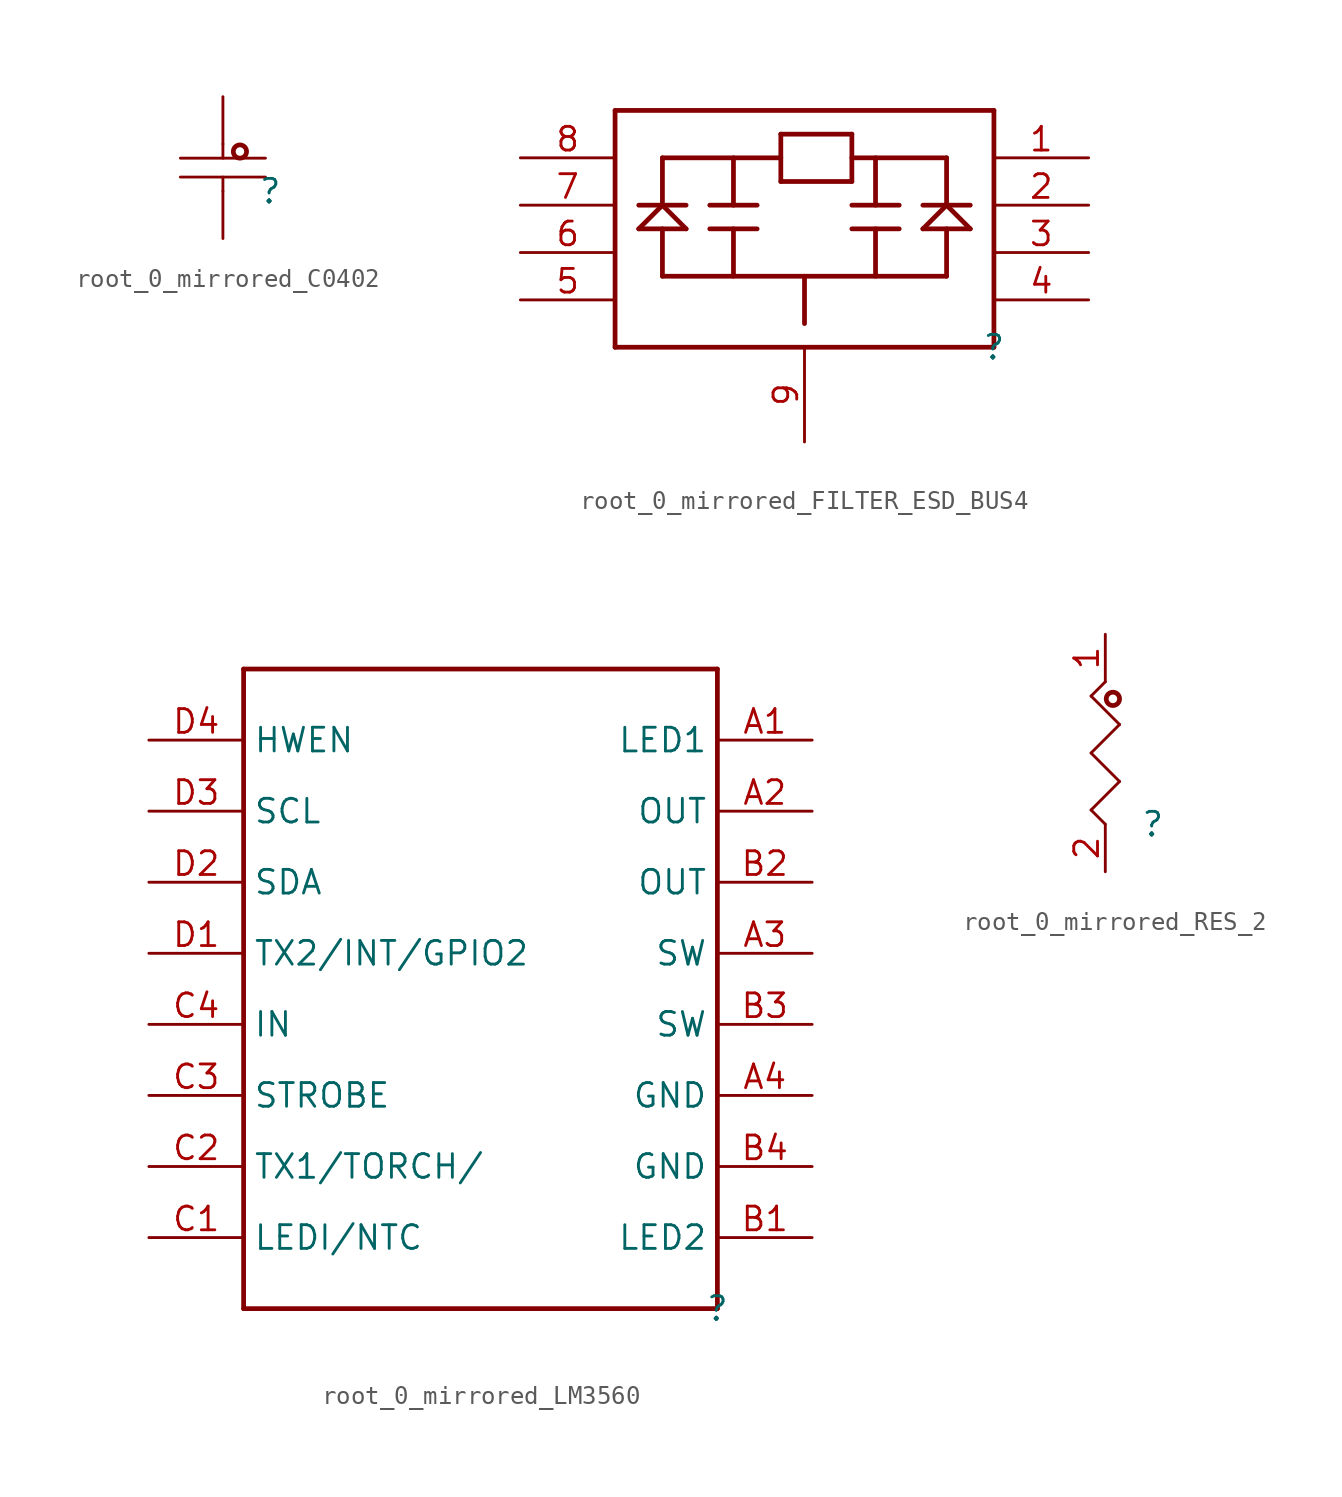
<source format=kicad_sym>
(kicad_symbol_lib
  (version 20220914)
  (generator kicad_symbol_editor)
  (symbol "root_0_mirrored_C0402"
    (property "Reference" ""
      (at 0 0 0)
      (effects (font (size 1.27 1.27))))
    (property "Value" ""
      (at 0 0 0)
      (effects (font (size 1.27 1.27))))
    (symbol "root_0_mirrored_C0402_1_0"
      (circle (center -1.626 2.134) (radius 0.356) (stroke (width 0.254) (type solid)) (fill (type none)))
      (polyline (pts (xy -2.54 0) (xy -2.54 0.762)) (stroke (width 0) (type solid)) (fill (type none)))
      (polyline (pts (xy -2.54 2.54) (xy -2.54 1.778)) (stroke (width 0) (type solid)) (fill (type none)))
      (polyline (pts (xy -0.254 0.762) (xy -4.826 0.762)) (stroke (width 0) (type solid)) (fill (type none)))
      (polyline (pts (xy -0.254 1.778) (xy -4.826 1.778)) (stroke (width 0) (type solid)) (fill (type none)))
      (pin passive line (at -2.54 5.08 270) (length 2.54) (name "1" (effects (font (size 0 0)))) (number "1" (effects (font (size 0 0)))))
      (pin passive line (at -2.54 -2.54 90) (length 2.54) (name "2" (effects (font (size 0 0)))) (number "2" (effects (font (size 0 0)))))))
  (symbol "root_0_mirrored_FILTER_ESD_BUS4"
    (property "Reference" ""
      (at 0 0 0)
      (effects (font (size 1.27 1.27))))
    (property "Value" ""
      (at 0 0 0)
      (effects (font (size 1.27 1.27))))
    (symbol "root_0_mirrored_FILTER_ESD_BUS4_1_0"
      (polyline (pts (xy -20.32 0) (xy -20.32 12.7)) (stroke (width 0.254) (type solid)) (fill (type none)))
      (polyline (pts (xy -20.32 12.7) (xy 0 12.7)) (stroke (width 0.254) (type solid)) (fill (type none)))
      (polyline (pts (xy -19.05 6.35) (xy -17.78 7.62)) (stroke (width 0.254) (type solid)) (fill (type none)))
      (polyline (pts (xy -17.78 3.81) (xy -17.78 6.35)) (stroke (width 0.254) (type solid)) (fill (type none)))
      (polyline (pts (xy -17.78 7.62) (xy -16.51 6.35)) (stroke (width 0.254) (type solid)) (fill (type none)))
      (polyline (pts (xy -17.78 10.16) (xy -17.78 7.62)) (stroke (width 0.254) (type solid)) (fill (type none)))
      (polyline (pts (xy -16.51 6.35) (xy -19.05 6.35)) (stroke (width 0.254) (type solid)) (fill (type none)))
      (polyline (pts (xy -16.51 7.62) (xy -19.05 7.62)) (stroke (width 0.254) (type solid)) (fill (type none)))
      (polyline (pts (xy -13.97 6.35) (xy -13.97 3.81)) (stroke (width 0.254) (type solid)) (fill (type none)))
      (polyline (pts (xy -13.97 7.62) (xy -13.97 10.16)) (stroke (width 0.254) (type solid)) (fill (type none)))
      (polyline (pts (xy -12.7 6.35) (xy -15.24 6.35)) (stroke (width 0.254) (type solid)) (fill (type none)))
      (polyline (pts (xy -12.7 7.62) (xy -15.24 7.62)) (stroke (width 0.254) (type solid)) (fill (type none)))
      (polyline (pts (xy -11.43 8.89) (xy -11.43 11.43)) (stroke (width 0.254) (type solid)) (fill (type none)))
      (polyline (pts (xy -11.43 10.16) (xy -17.78 10.16)) (stroke (width 0.254) (type solid)) (fill (type none)))
      (polyline (pts (xy -11.43 11.43) (xy -7.62 11.43)) (stroke (width 0.254) (type solid)) (fill (type none)))
      (polyline (pts (xy -10.16 3.81) (xy -10.16 1.27)) (stroke (width 0.254) (type solid)) (fill (type none)))
      (polyline (pts (xy -7.62 8.89) (xy -11.43 8.89)) (stroke (width 0.254) (type solid)) (fill (type none)))
      (polyline (pts (xy -7.62 11.43) (xy -7.62 8.89)) (stroke (width 0.254) (type solid)) (fill (type none)))
      (polyline (pts (xy -6.35 6.35) (xy -6.35 3.81)) (stroke (width 0.254) (type solid)) (fill (type none)))
      (polyline (pts (xy -6.35 7.62) (xy -6.35 10.16)) (stroke (width 0.254) (type solid)) (fill (type none)))
      (polyline (pts (xy -5.08 6.35) (xy -7.62 6.35)) (stroke (width 0.254) (type solid)) (fill (type none)))
      (polyline (pts (xy -5.08 7.62) (xy -7.62 7.62)) (stroke (width 0.254) (type solid)) (fill (type none)))
      (polyline (pts (xy -3.81 6.35) (xy -2.54 7.62)) (stroke (width 0.254) (type solid)) (fill (type none)))
      (polyline (pts (xy -3.81 7.62) (xy -1.27 7.62)) (stroke (width 0.254) (type solid)) (fill (type none)))
      (polyline (pts (xy -2.54 3.81) (xy -17.78 3.81)) (stroke (width 0.254) (type solid)) (fill (type none)))
      (polyline (pts (xy -2.54 6.35) (xy -2.54 3.81)) (stroke (width 0.254) (type solid)) (fill (type none)))
      (polyline (pts (xy -2.54 7.62) (xy -2.54 10.16)) (stroke (width 0.254) (type solid)) (fill (type none)))
      (polyline (pts (xy -2.54 7.62) (xy -1.27 6.35)) (stroke (width 0.254) (type solid)) (fill (type none)))
      (polyline (pts (xy -2.54 10.16) (xy -7.62 10.16)) (stroke (width 0.254) (type solid)) (fill (type none)))
      (polyline (pts (xy -1.27 6.35) (xy -3.81 6.35)) (stroke (width 0.254) (type solid)) (fill (type none)))
      (polyline (pts (xy 0 0) (xy -20.32 0)) (stroke (width 0.254) (type solid)) (fill (type none)))
      (polyline (pts (xy 0 12.7) (xy 0 0)) (stroke (width 0.254) (type solid)) (fill (type none)))
      (pin passive line (at 5.08 10.16 180) (length 5.08) (name "1" (effects (font (size 0 0)))) (number "1" (effects (font (size 1.27 1.27)))))
      (pin passive line (at 5.08 7.62 180) (length 5.08) (name "2" (effects (font (size 0 0)))) (number "2" (effects (font (size 1.27 1.27)))))
      (pin passive line (at 5.08 5.08 180) (length 5.08) (name "3" (effects (font (size 0 0)))) (number "3" (effects (font (size 1.27 1.27)))))
      (pin passive line (at 5.08 2.54 180) (length 5.08) (name "4" (effects (font (size 0 0)))) (number "4" (effects (font (size 1.27 1.27)))))
      (pin passive line (at -25.4 2.54 0) (length 5.08) (name "5" (effects (font (size 0 0)))) (number "5" (effects (font (size 1.27 1.27)))))
      (pin passive line (at -25.4 5.08 0) (length 5.08) (name "6" (effects (font (size 0 0)))) (number "6" (effects (font (size 1.27 1.27)))))
      (pin passive line (at -25.4 7.62 0) (length 5.08) (name "7" (effects (font (size 0 0)))) (number "7" (effects (font (size 1.27 1.27)))))
      (pin passive line (at -25.4 10.16 0) (length 5.08) (name "8" (effects (font (size 0 0)))) (number "8" (effects (font (size 1.27 1.27)))))
      (pin passive line (at -10.16 -5.08 90) (length 5.08) (name "9" (effects (font (size 0 0)))) (number "9" (effects (font (size 1.27 1.27)))))))
  (symbol "root_0_mirrored_LM3560"
    (property "Reference" ""
      (at 0 0 0)
      (effects (font (size 1.27 1.27))))
    (property "Value" ""
      (at 0 0 0)
      (effects (font (size 1.27 1.27))))
    (symbol "root_0_mirrored_LM3560_1_0"
      (polyline (pts (xy -25.4 0) (xy -25.4 34.29)) (stroke (width 0.254) (type solid)) (fill (type none)))
      (polyline (pts (xy -25.4 34.29) (xy 0 34.29)) (stroke (width 0.254) (type solid)) (fill (type none)))
      (polyline (pts (xy 0 0) (xy -25.4 0)) (stroke (width 0.254) (type solid)) (fill (type none)))
      (polyline (pts (xy 0 34.29) (xy 0 0)) (stroke (width 0.254) (type solid)) (fill (type none)))
      (pin passive line (at 5.08 30.48 180) (length 5.08) (name "LED1" (effects (font (size 1.27 1.27)))) (number "A1" (effects (font (size 1.27 1.27)))))
      (pin passive line (at 5.08 26.67 180) (length 5.08) (name "OUT" (effects (font (size 1.27 1.27)))) (number "A2" (effects (font (size 1.27 1.27)))))
      (pin passive line (at 5.08 19.05 180) (length 5.08) (name "SW" (effects (font (size 1.27 1.27)))) (number "A3" (effects (font (size 1.27 1.27)))))
      (pin passive line (at 5.08 11.43 180) (length 5.08) (name "GND" (effects (font (size 1.27 1.27)))) (number "A4" (effects (font (size 1.27 1.27)))))
      (pin passive line (at 5.08 3.81 180) (length 5.08) (name "LED2" (effects (font (size 1.27 1.27)))) (number "B1" (effects (font (size 1.27 1.27)))))
      (pin passive line (at 5.08 22.86 180) (length 5.08) (name "OUT" (effects (font (size 1.27 1.27)))) (number "B2" (effects (font (size 1.27 1.27)))))
      (pin passive line (at 5.08 15.24 180) (length 5.08) (name "SW" (effects (font (size 1.27 1.27)))) (number "B3" (effects (font (size 1.27 1.27)))))
      (pin passive line (at 5.08 7.62 180) (length 5.08) (name "GND" (effects (font (size 1.27 1.27)))) (number "B4" (effects (font (size 1.27 1.27)))))
      (pin passive line (at -30.48 3.81 0) (length 5.08) (name "LEDI/NTC" (effects (font (size 1.27 1.27)))) (number "C1" (effects (font (size 1.27 1.27)))))
      (pin passive line (at -30.48 7.62 0) (length 5.08) (name "TX1/TORCH/" (effects (font (size 1.27 1.27)))) (number "C2" (effects (font (size 1.27 1.27)))))
      (pin passive line (at -30.48 11.43 0) (length 5.08) (name "STROBE" (effects (font (size 1.27 1.27)))) (number "C3" (effects (font (size 1.27 1.27)))))
      (pin passive line (at -30.48 15.24 0) (length 5.08) (name "IN" (effects (font (size 1.27 1.27)))) (number "C4" (effects (font (size 1.27 1.27)))))
      (pin passive line (at -30.48 19.05 0) (length 5.08) (name "TX2/INT/GPIO2" (effects (font (size 1.27 1.27)))) (number "D1" (effects (font (size 1.27 1.27)))))
      (pin passive line (at -30.48 22.86 0) (length 5.08) (name "SDA" (effects (font (size 1.27 1.27)))) (number "D2" (effects (font (size 1.27 1.27)))))
      (pin passive line (at -30.48 26.67 0) (length 5.08) (name "SCL" (effects (font (size 1.27 1.27)))) (number "D3" (effects (font (size 1.27 1.27)))))
      (pin passive line (at -30.48 30.48 0) (length 5.08) (name "HWEN" (effects (font (size 1.27 1.27)))) (number "D4" (effects (font (size 1.27 1.27)))))))
  (symbol "root_0_mirrored_RES_2"
    (property "Reference" ""
      (at 0 0 0)
      (effects (font (size 1.27 1.27))))
    (property "Value" ""
      (at 0 0 0)
      (effects (font (size 1.27 1.27))))
    (symbol "root_0_mirrored_RES_2_1_0"
      (circle (center -2.134 6.706) (radius 0.356) (stroke (width 0.254) (type solid)) (fill (type none)))
      (polyline (pts (xy -3.302 0.762) (xy -2.54 0)) (stroke (width 0) (type solid)) (fill (type none)))
      (polyline (pts (xy -3.302 3.81) (xy -1.778 2.286)) (stroke (width 0) (type solid)) (fill (type none)))
      (polyline (pts (xy -3.302 6.858) (xy -1.778 5.334)) (stroke (width 0) (type solid)) (fill (type none)))
      (polyline (pts (xy -2.54 7.62) (xy -3.302 6.858)) (stroke (width 0) (type solid)) (fill (type none)))
      (polyline (pts (xy -1.778 2.286) (xy -3.302 0.762)) (stroke (width 0) (type solid)) (fill (type none)))
      (polyline (pts (xy -1.778 5.334) (xy -3.302 3.81)) (stroke (width 0) (type solid)) (fill (type none)))
      (pin passive line (at -2.54 10.16 270) (length 2.54) (name "1" (effects (font (size 0 0)))) (number "1" (effects (font (size 1.27 1.27)))))
      (pin passive line (at -2.54 -2.54 90) (length 2.54) (name "2" (effects (font (size 0 0)))) (number "2" (effects (font (size 1.27 1.27))))))))
</source>
